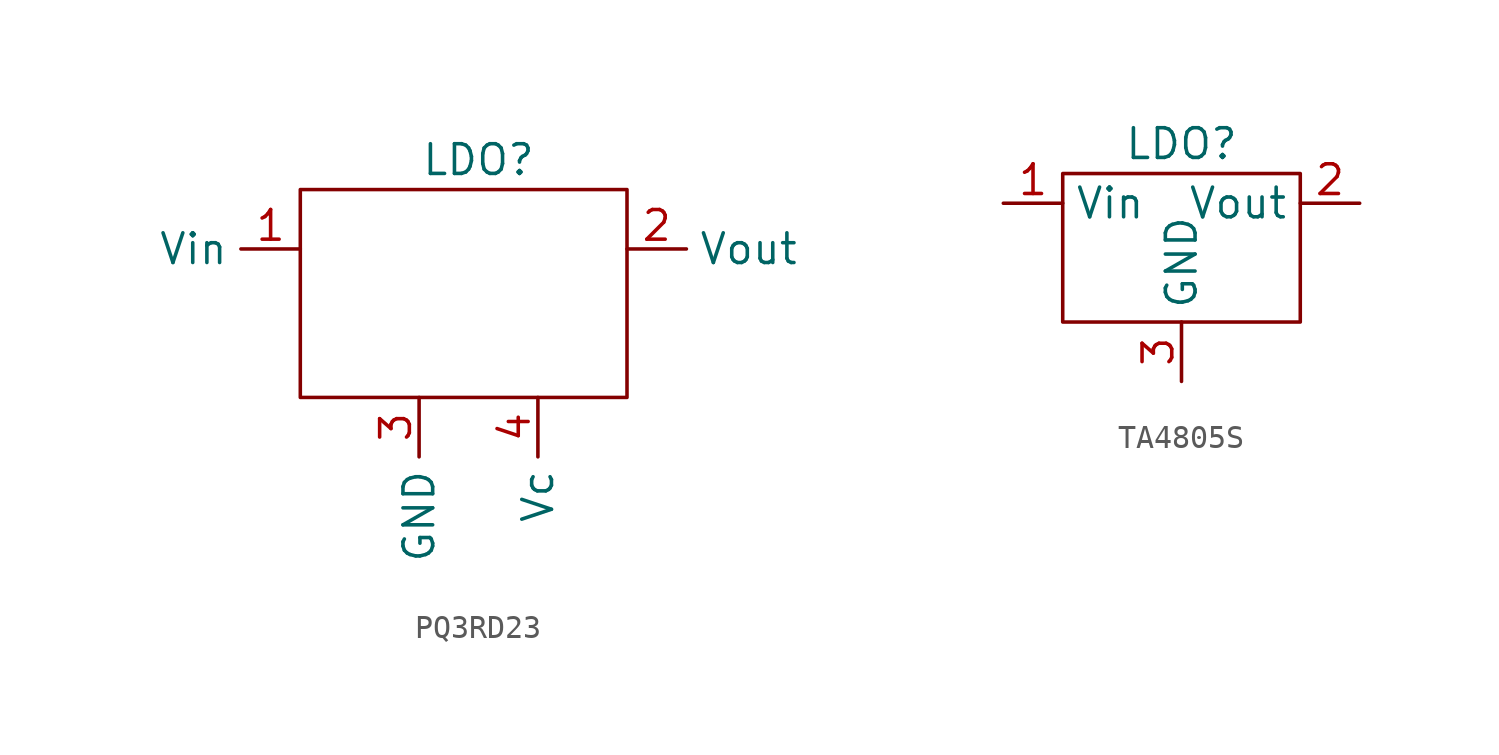
<source format=kicad_sym>
(kicad_symbol_lib
  (version 20220914)
  (generator kicad_symbol_editor)
  (symbol "PQ3RD23"
    (property "Reference" "LDO"
      (at 0 6.35 0)
      (effects (font (size 1.27 1.27))))
    (property "Value" ""
      (at 0 5.08 0)
      (effects (font (size 1.27 1.27))))
    (symbol "PQ3RD23_0_1"
      (rectangle (start -7.62 5.08) (end 6.35 -3.81) (stroke (width 0) (type default)) (fill (type none))))
    (symbol "PQ3RD23_1_1"
      (pin power_in line (at -7.62 2.54 180) (length 2.54) (name "Vin" (effects (font (size 1.27 1.27)))) (number "1" (effects (font (size 1.27 1.27)))))
      (pin power_out line (at 6.35 2.54 0) (length 2.54) (name "Vout" (effects (font (size 1.27 1.27)))) (number "2" (effects (font (size 1.27 1.27)))))
      (pin passive line (at -2.54 -3.81 270) (length 2.54) (name "GND" (effects (font (size 1.27 1.27)))) (number "3" (effects (font (size 1.27 1.27)))))
      (pin passive line (at 2.54 -3.81 270) (length 2.54) (name "Vc" (effects (font (size 1.27 1.27)))) (number "4" (effects (font (size 1.27 1.27)))))))
  (symbol "TA4805S"
    (property "Reference" "LDO"
      (at 0 2.54 0)
      (effects (font (size 1.27 1.27))))
    (property "Value" ""
      (at 0 0 0)
      (effects (font (size 1.27 1.27))))
    (symbol "TA4805S_0_1"
      (rectangle (start -5.08 1.27) (end 5.08 -5.08) (stroke (width 0) (type default)) (fill (type none))))
    (symbol "TA4805S_1_1"
      (pin power_in line (at -7.62 0 0) (length 2.54) (name "Vin" (effects (font (size 1.27 1.27)))) (number "1" (effects (font (size 1.27 1.27)))))
      (pin power_out line (at 7.62 0 180) (length 2.54) (name "Vout" (effects (font (size 1.27 1.27)))) (number "2" (effects (font (size 1.27 1.27)))))
      (pin passive line (at 0 -7.62 90) (length 2.54) (name "GND" (effects (font (size 1.27 1.27)))) (number "3" (effects (font (size 1.27 1.27))))))))
</source>
